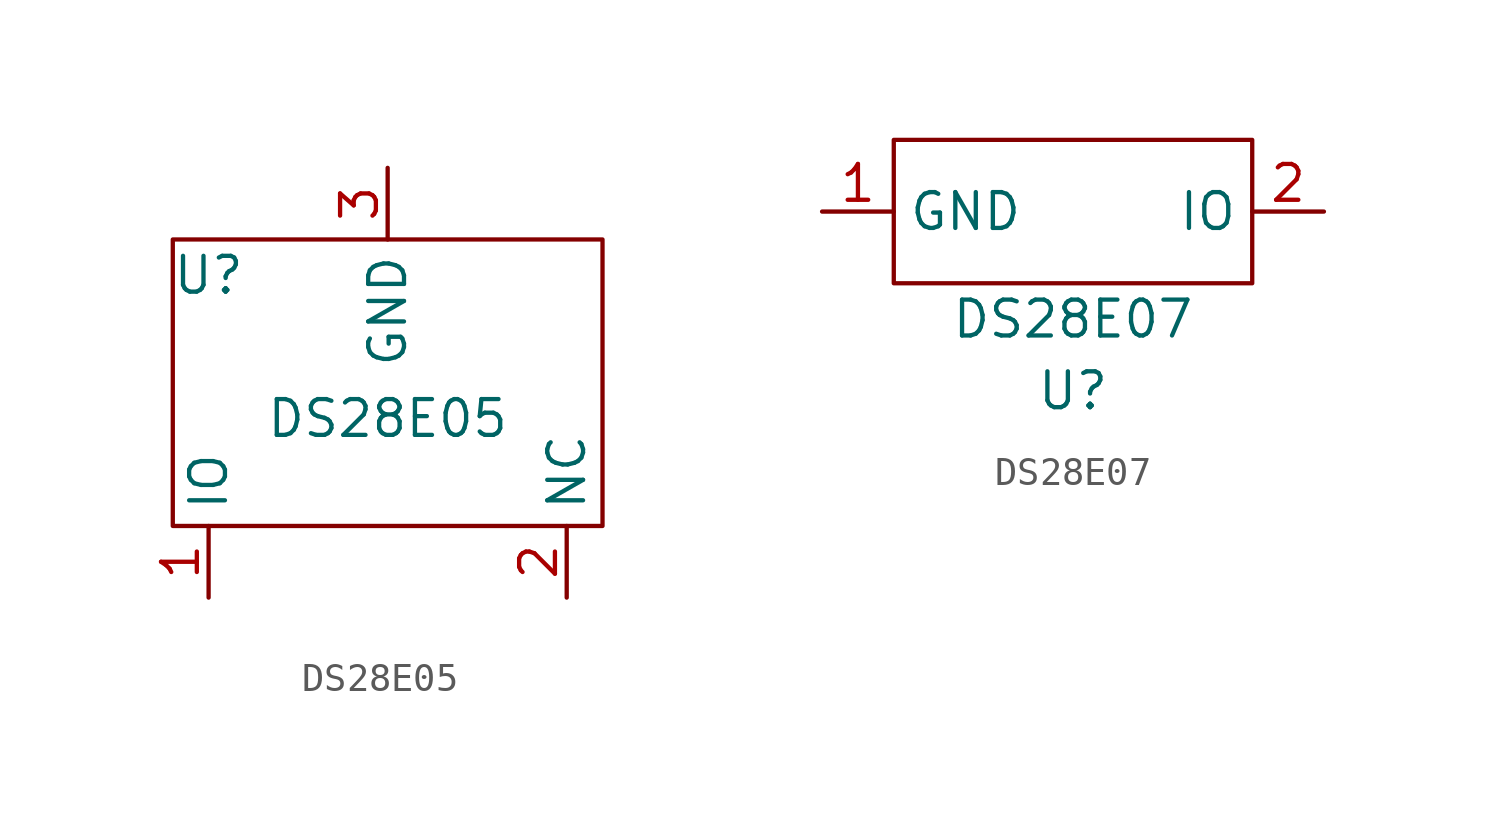
<source format=kicad_sym>
(kicad_symbol_lib
  (version 20211014)
  (generator kicad_symbol_editor)
  (symbol "DS28E05"
    (property "Reference" "U"
      (at -6.35 3.81 0)
      (effects (font (size 1.27 1.27))))
    (property "Value" "DS28E05"
      (at 0 -1.27 0)
      (effects (font (size 1.27 1.27))))
    (symbol "DS28E05_0_1"
      (rectangle (start -7.62 5.08) (end 7.62 -5.08) (stroke (width 0) (type default) (color 0 0 0 0)) (fill (type none))))
    (symbol "DS28E05_1_1"
      (pin passive line (at -6.35 -7.62 90) (length 2.54) (name "IO" (effects (font (size 1.27 1.27)))) (number "1" (effects (font (size 1.27 1.27)))))
      (pin passive line (at 6.35 -7.62 90) (length 2.54) (name "NC" (effects (font (size 1.27 1.27)))) (number "2" (effects (font (size 1.27 1.27)))))
      (pin passive line (at 0 7.62 270) (length 2.54) (name "GND" (effects (font (size 1.27 1.27)))) (number "3" (effects (font (size 1.27 1.27)))))))
  (symbol "DS28E07"
    (property "Reference" "U"
      (at 0 -3.81 0)
      (effects (font (size 1.27 1.27))))
    (property "Value" "DS28E07"
      (at 0 -1.27 0)
      (effects (font (size 1.27 1.27))))
    (symbol "DS28E07_0_1"
      (rectangle (start -6.35 5.08) (end 6.35 0) (stroke (width 0) (type default) (color 0 0 0 0)) (fill (type none))))
    (symbol "DS28E07_1_1"
      (pin unspecified line (at -8.89 2.54 0) (length 2.54) (name "GND" (effects (font (size 1.27 1.27)))) (number "1" (effects (font (size 1.27 1.27)))))
      (pin unspecified line (at 8.89 2.54 180) (length 2.54) (name "IO" (effects (font (size 1.27 1.27)))) (number "2" (effects (font (size 1.27 1.27))))))))
</source>
